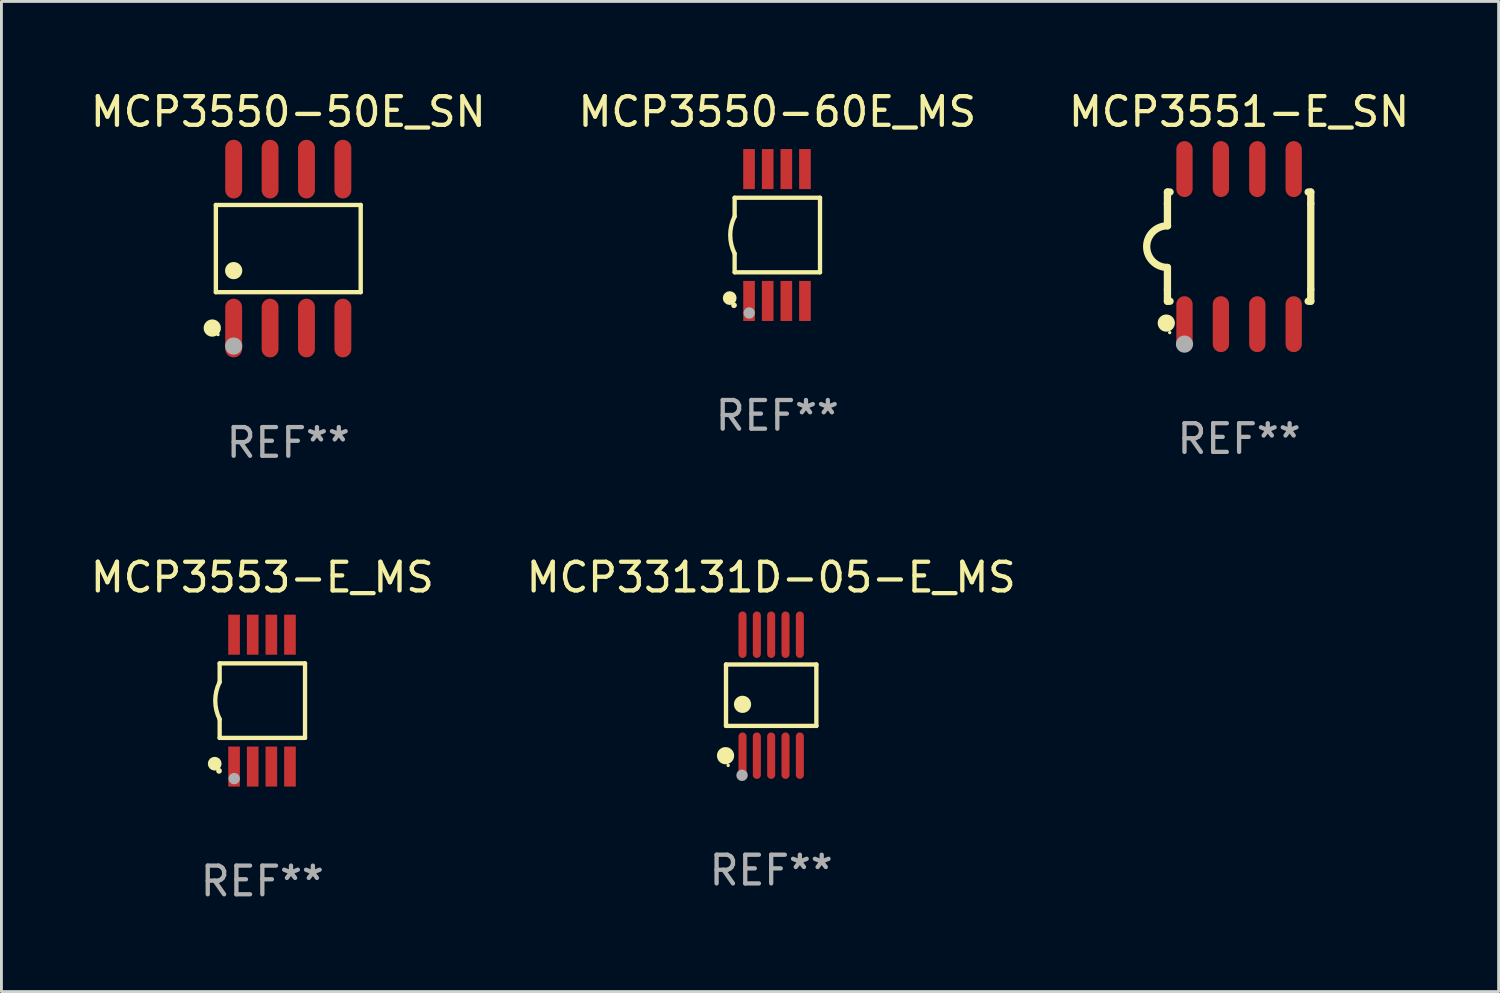
<source format=kicad_pcb>
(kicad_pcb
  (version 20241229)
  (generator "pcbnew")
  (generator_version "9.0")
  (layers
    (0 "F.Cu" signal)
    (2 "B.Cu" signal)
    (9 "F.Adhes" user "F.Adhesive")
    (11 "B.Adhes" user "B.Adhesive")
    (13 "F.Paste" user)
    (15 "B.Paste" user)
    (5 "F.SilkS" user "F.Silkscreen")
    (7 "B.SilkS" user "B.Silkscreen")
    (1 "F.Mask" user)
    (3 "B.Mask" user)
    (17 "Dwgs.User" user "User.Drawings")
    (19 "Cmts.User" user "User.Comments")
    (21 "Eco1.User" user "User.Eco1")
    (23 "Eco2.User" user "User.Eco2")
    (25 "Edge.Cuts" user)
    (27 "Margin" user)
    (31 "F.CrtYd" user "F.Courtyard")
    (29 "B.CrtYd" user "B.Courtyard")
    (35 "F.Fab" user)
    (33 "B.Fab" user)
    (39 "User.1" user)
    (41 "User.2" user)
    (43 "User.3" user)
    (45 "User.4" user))
  (footprint "MCP3551-E_SN"
    (layer "F.Cu")
    (at 40.173 5.553)
    (property "Reference" "MCP3551-E_SN" (at 0 -4.705 0) (layer "F.SilkS") (effects (font (size 1 1) (thickness 0.15))))
    (attr through_hole)
    (fp_line (start -2.5 -1.905) (end -2.409 -1.905) (stroke (width 0.254) (type solid)) (layer "F.SilkS"))
    (fp_line (start -2.5 -1.5) (end -2.5 -1.905) (stroke (width 0.254) (type solid)) (layer "F.SilkS"))
    (fp_line (start -2.5 -1.5) (end -2.5 -0.726) (stroke (width 0.254) (type solid)) (layer "F.SilkS"))
    (fp_line (start -2.5 1.5) (end -2.5 0.727) (stroke (width 0.254) (type solid)) (layer "F.SilkS"))
    (fp_line (start -2.5 1.5) (end -2.5 1.905) (stroke (width 0.254) (type solid)) (layer "F.SilkS"))
    (fp_line (start -2.5 1.905) (end -2.409 1.905) (stroke (width 0.254) (type solid)) (layer "F.SilkS"))
    (fp_line (start 2.5 -1.905) (end 2.409 -1.905) (stroke (width 0.254) (type solid)) (layer "F.SilkS"))
    (fp_line (start 2.5 -1.5) (end 2.5 -1.905) (stroke (width 0.254) (type solid)) (layer "F.SilkS"))
    (fp_line (start 2.5 -1.5) (end 2.5 1.5) (stroke (width 0.254) (type solid)) (layer "F.SilkS"))
    (fp_line (start 2.5 1.5) (end 2.5 1.905) (stroke (width 0.254) (type solid)) (layer "F.SilkS"))
    (fp_line (start 2.5 1.905) (end 2.409 1.905) (stroke (width 0.254) (type solid)) (layer "F.SilkS"))
    (fp_arc (start -2.5 0.726568) (mid -3.220316 -0.0023) (end -2.495097 -0.726289) (stroke (width 0.254001) (type solid)) (layer "F.SilkS"))
    (fp_circle (center -2.54 2.667) (end -2.39 2.667) (stroke (width 0.3) (type solid)) (fill no) (layer "F.SilkS"))
    (fp_circle (center -2.42 3) (end -2.39 3) (stroke (width 0.06) (type solid)) (fill no) (layer "F.SilkS"))
    (fp_circle (center -1.905 3.4) (end -1.755 3.4) (stroke (width 0.3) (type solid)) (fill no) (layer "F.Fab"))
    (fp_text user "REF**" (at 0 6.705 0) (layer "F.Fab") (effects (font (size 1 1) (thickness 0.15))))
    (pad "1" smd oval (at -1.905 2.705) (size 0.568 1.95) (layers "F.Cu" "F.Mask" "F.Paste"))
    (pad "2" smd oval (at -0.635 2.705) (size 0.568 1.95) (layers "F.Cu" "F.Mask" "F.Paste"))
    (pad "3" smd oval (at 0.635 2.705) (size 0.568 1.95) (layers "F.Cu" "F.Mask" "F.Paste"))
    (pad "4" smd oval (at 1.905 2.705) (size 0.568 1.95) (layers "F.Cu" "F.Mask" "F.Paste"))
    (pad "5" smd oval (at 1.905 -2.705) (size 0.568 1.95) (layers "F.Cu" "F.Mask" "F.Paste"))
    (pad "6" smd oval (at 0.635 -2.705) (size 0.568 1.95) (layers "F.Cu" "F.Mask" "F.Paste"))
    (pad "7" smd oval (at -0.635 -2.705) (size 0.568 1.95) (layers "F.Cu" "F.Mask" "F.Paste"))
    (pad "8" smd oval (at -1.905 -2.705) (size 0.568 1.95) (layers "F.Cu" "F.Mask" "F.Paste")))
  (footprint "MCP3553-E_MS"
    (layer "F.Cu")
    (at 6.101 21.39)
    (property "Reference" "MCP3553-E_MS" (at 0 -4.3 0) (layer "F.SilkS") (effects (font (size 1 1) (thickness 0.15))))
    (attr through_hole)
    (fp_line (start -1.489 -1.3) (end -1.489 -0.648) (stroke (width 0.15) (type solid)) (layer "F.SilkS"))
    (fp_line (start -1.489 0.648) (end -1.489 1.3) (stroke (width 0.15) (type solid)) (layer "F.SilkS"))
    (fp_line (start -1.489 1.3) (end 1.489 1.3) (stroke (width 0.15) (type solid)) (layer "F.SilkS"))
    (fp_line (start 1.489 -1.3) (end -1.489 -1.3) (stroke (width 0.15) (type solid)) (layer "F.SilkS"))
    (fp_line (start 1.489 1.3) (end 1.489 -1.3) (stroke (width 0.15) (type solid)) (layer "F.SilkS"))
    (fp_arc (start -1.489205 0.647702) (mid -1.642107 0) (end -1.489205 -0.647701) (stroke (width 0.150013) (type solid)) (layer "F.SilkS"))
    (fp_circle (center -1.661 2.2) (end -1.541 2.2) (stroke (width 0.24) (type solid)) (fill no) (layer "F.SilkS"))
    (fp_circle (center -1.511 2.45) (end -1.461 2.45) (stroke (width 0.1) (type solid)) (fill no) (layer "F.SilkS"))
    (fp_circle (center -0.981 2.72) (end -0.881 2.72) (stroke (width 0.2) (type solid)) (fill no) (layer "F.Fab"))
    (fp_text user "REF**" (at 0 6.3 0) (layer "F.Fab") (effects (font (size 1 1) (thickness 0.15))))
    (pad "1" smd rect (at -0.986 2.3) (size 0.406 1.397) (layers "F.Cu" "F.Mask" "F.Paste"))
    (pad "2" smd rect (at -0.336 2.3) (size 0.406 1.397) (layers "F.Cu" "F.Mask" "F.Paste"))
    (pad "3" smd rect (at 0.314 2.3) (size 0.406 1.397) (layers "F.Cu" "F.Mask" "F.Paste"))
    (pad "4" smd rect (at 0.964 2.3) (size 0.406 1.397) (layers "F.Cu" "F.Mask" "F.Paste"))
    (pad "5" smd rect (at 0.964 -2.3) (size 0.406 1.397) (layers "F.Cu" "F.Mask" "F.Paste"))
    (pad "6" smd rect (at 0.314 -2.3) (size 0.406 1.397) (layers "F.Cu" "F.Mask" "F.Paste"))
    (pad "7" smd rect (at -0.336 -2.3) (size 0.406 1.397) (layers "F.Cu" "F.Mask" "F.Paste"))
    (pad "8" smd rect (at -0.986 -2.3) (size 0.406 1.397) (layers "F.Cu" "F.Mask" "F.Paste")))
  (footprint "MCP33131D-05-E_MS"
    (layer "F.Cu")
    (at 23.851 21.2)
    (property "Reference" "MCP33131D-05-E_MS" (at 0 -4.11 0) (layer "F.SilkS") (effects (font (size 1 1) (thickness 0.15))))
    (attr through_hole)
    (fp_line (start -1.576 -1.071) (end 1.576 -1.071) (stroke (width 0.152) (type solid)) (layer "F.SilkS"))
    (fp_line (start -1.576 1.071) (end -1.576 -1.071) (stroke (width 0.152) (type solid)) (layer "F.SilkS"))
    (fp_line (start 1.576 -1.071) (end 1.576 1.071) (stroke (width 0.152) (type solid)) (layer "F.SilkS"))
    (fp_line (start 1.576 1.071) (end -1.576 1.071) (stroke (width 0.152) (type solid)) (layer "F.SilkS"))
    (fp_circle (center -1.592 2.11) (end -1.442 2.11) (stroke (width 0.3) (type solid)) (fill no) (layer "F.SilkS"))
    (fp_circle (center -1.5 2.45) (end -1.47 2.45) (stroke (width 0.06) (type solid)) (fill no) (layer "F.SilkS"))
    (fp_circle (center -1 0.319) (end -0.85 0.319) (stroke (width 0.3) (type solid)) (fill no) (layer "F.SilkS"))
    (fp_circle (center -1.016 2.794) (end -0.916 2.794) (stroke (width 0.2) (type solid)) (fill no) (layer "F.Fab"))
    (fp_text user "REF**" (at 0 6.11 0) (layer "F.Fab") (effects (font (size 1 1) (thickness 0.15))))
    (pad "1" smd oval (at -1 2.11) (size 0.28 1.62) (layers "F.Cu" "F.Mask" "F.Paste"))
    (pad "2" smd oval (at -0.5 2.11) (size 0.28 1.62) (layers "F.Cu" "F.Mask" "F.Paste"))
    (pad "3" smd oval (at 0 2.11) (size 0.28 1.62) (layers "F.Cu" "F.Mask" "F.Paste"))
    (pad "4" smd oval (at 0.5 2.11) (size 0.28 1.62) (layers "F.Cu" "F.Mask" "F.Paste"))
    (pad "5" smd oval (at 1 2.11) (size 0.28 1.62) (layers "F.Cu" "F.Mask" "F.Paste"))
    (pad "6" smd oval (at 1 -2.11) (size 0.28 1.62) (layers "F.Cu" "F.Mask" "F.Paste"))
    (pad "7" smd oval (at 0.5 -2.11) (size 0.28 1.62) (layers "F.Cu" "F.Mask" "F.Paste"))
    (pad "8" smd oval (at 0 -2.11) (size 0.28 1.62) (layers "F.Cu" "F.Mask" "F.Paste"))
    (pad "9" smd oval (at -0.5 -2.11) (size 0.28 1.62) (layers "F.Cu" "F.Mask" "F.Paste"))
    (pad "10" smd oval (at -1 -2.11) (size 0.28 1.62) (layers "F.Cu" "F.Mask" "F.Paste")))
  (footprint "MCP3550-60E_MS"
    (layer "F.Cu")
    (at 24.065 5.148)
    (property "Reference" "MCP3550-60E_MS" (at 0 -4.3 0) (layer "F.SilkS") (effects (font (size 1 1) (thickness 0.15))))
    (attr through_hole)
    (fp_line (start -1.489 -1.3) (end -1.489 -0.648) (stroke (width 0.15) (type solid)) (layer "F.SilkS"))
    (fp_line (start -1.489 0.648) (end -1.489 1.3) (stroke (width 0.15) (type solid)) (layer "F.SilkS"))
    (fp_line (start -1.489 1.3) (end 1.489 1.3) (stroke (width 0.15) (type solid)) (layer "F.SilkS"))
    (fp_line (start 1.489 -1.3) (end -1.489 -1.3) (stroke (width 0.15) (type solid)) (layer "F.SilkS"))
    (fp_line (start 1.489 1.3) (end 1.489 -1.3) (stroke (width 0.15) (type solid)) (layer "F.SilkS"))
    (fp_arc (start -1.489205 0.647702) (mid -1.642107 0) (end -1.489205 -0.647701) (stroke (width 0.150013) (type solid)) (layer "F.SilkS"))
    (fp_circle (center -1.661 2.2) (end -1.541 2.2) (stroke (width 0.24) (type solid)) (fill no) (layer "F.SilkS"))
    (fp_circle (center -1.511 2.45) (end -1.461 2.45) (stroke (width 0.1) (type solid)) (fill no) (layer "F.SilkS"))
    (fp_circle (center -0.981 2.72) (end -0.881 2.72) (stroke (width 0.2) (type solid)) (fill no) (layer "F.Fab"))
    (fp_text user "REF**" (at 0 6.3 0) (layer "F.Fab") (effects (font (size 1 1) (thickness 0.15))))
    (pad "1" smd rect (at -0.986 2.3) (size 0.406 1.397) (layers "F.Cu" "F.Mask" "F.Paste"))
    (pad "2" smd rect (at -0.336 2.3) (size 0.406 1.397) (layers "F.Cu" "F.Mask" "F.Paste"))
    (pad "3" smd rect (at 0.314 2.3) (size 0.406 1.397) (layers "F.Cu" "F.Mask" "F.Paste"))
    (pad "4" smd rect (at 0.964 2.3) (size 0.406 1.397) (layers "F.Cu" "F.Mask" "F.Paste"))
    (pad "5" smd rect (at 0.964 -2.3) (size 0.406 1.397) (layers "F.Cu" "F.Mask" "F.Paste"))
    (pad "6" smd rect (at 0.314 -2.3) (size 0.406 1.397) (layers "F.Cu" "F.Mask" "F.Paste"))
    (pad "7" smd rect (at -0.336 -2.3) (size 0.406 1.397) (layers "F.Cu" "F.Mask" "F.Paste"))
    (pad "8" smd rect (at -0.986 -2.3) (size 0.406 1.397) (layers "F.Cu" "F.Mask" "F.Paste")))
  (footprint "MCP3550-50E_SN"
    (layer "F.Cu")
    (at 7.006 5.621)
    (property "Reference" "MCP3550-50E_SN" (at 0 -4.772 0) (layer "F.SilkS") (effects (font (size 1 1) (thickness 0.15))))
    (attr through_hole)
    (fp_line (start -2.526 -1.521) (end 2.526 -1.521) (stroke (width 0.152) (type solid)) (layer "F.SilkS"))
    (fp_line (start -2.526 1.521) (end -2.526 -1.521) (stroke (width 0.152) (type solid)) (layer "F.SilkS"))
    (fp_line (start 2.526 -1.521) (end 2.526 1.521) (stroke (width 0.152) (type solid)) (layer "F.SilkS"))
    (fp_line (start 2.526 1.521) (end -2.526 1.521) (stroke (width 0.152) (type solid)) (layer "F.SilkS"))
    (fp_circle (center -2.652 2.772) (end -2.501 2.772) (stroke (width 0.3) (type solid)) (fill no) (layer "F.SilkS"))
    (fp_circle (center -2.45 3) (end -2.42 3) (stroke (width 0.06) (type solid)) (fill no) (layer "F.SilkS"))
    (fp_circle (center -1.905 0.769) (end -1.755 0.769) (stroke (width 0.3) (type solid)) (fill no) (layer "F.SilkS"))
    (fp_circle (center -1.905 3.4) (end -1.755 3.4) (stroke (width 0.3) (type solid)) (fill no) (layer "F.Fab"))
    (fp_text user "REF**" (at 0 6.772 0) (layer "F.Fab") (effects (font (size 1 1) (thickness 0.15))))
    (pad "1" smd oval (at -1.905 2.772) (size 0.588 2.045) (layers "F.Cu" "F.Mask" "F.Paste"))
    (pad "2" smd oval (at -0.635 2.772) (size 0.588 2.045) (layers "F.Cu" "F.Mask" "F.Paste"))
    (pad "3" smd oval (at 0.635 2.772) (size 0.588 2.045) (layers "F.Cu" "F.Mask" "F.Paste"))
    (pad "4" smd oval (at 1.905 2.772) (size 0.588 2.045) (layers "F.Cu" "F.Mask" "F.Paste"))
    (pad "5" smd oval (at 1.905 -2.772) (size 0.588 2.045) (layers "F.Cu" "F.Mask" "F.Paste"))
    (pad "6" smd oval (at 0.635 -2.772) (size 0.588 2.045) (layers "F.Cu" "F.Mask" "F.Paste"))
    (pad "7" smd oval (at -0.635 -2.772) (size 0.588 2.045) (layers "F.Cu" "F.Mask" "F.Paste"))
    (pad "8" smd oval (at -1.905 -2.772) (size 0.588 2.045) (layers "F.Cu" "F.Mask" "F.Paste")))
  (gr_rect
    (start -3 -3)
    (end 49.226 31.538)
    (stroke (width 0.1) (type default))
    (fill no)
    (layer "Edge.Cuts")))
</source>
